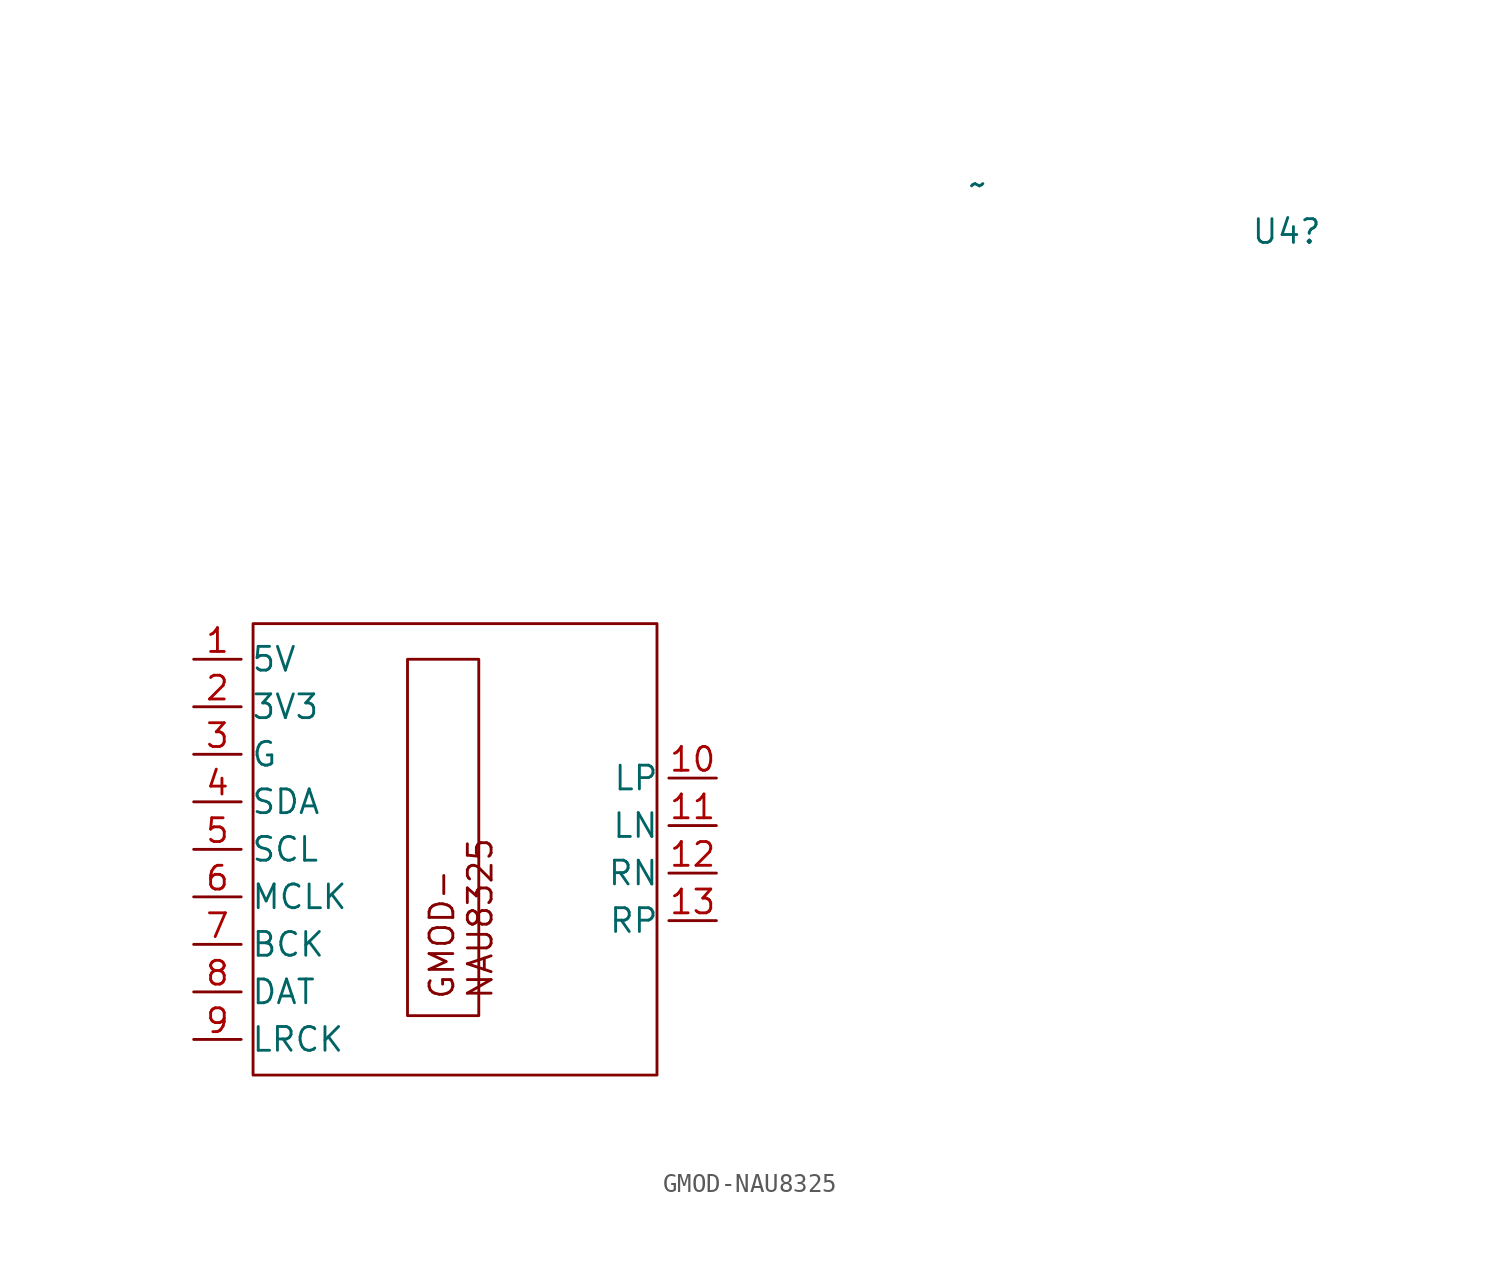
<source format=kicad_sym>
(kicad_symbol_lib
  (version 20241209)
  (generator "kicad_symbol_editor")
  (generator_version "9.0")
  (symbol "GMOD-NAU8325"
    (property "Reference" "U4"
      (at 44.45 33.02 0)
      (effects (font (size 1.27 1.27))))
    (property "Value" "~"
      (at 27.94 35.56 0)
      (effects (font (size 1.27 1.27))))
    (symbol "GMOD-NAU8325_0_1"
      (rectangle (start -10.795 12.065) (end 10.795 -12.065) (stroke (width 0) (type default)) (fill (type none))))
    (symbol "GMOD-NAU8325_1_1"
      (text_box "GMOD- NAU8325\n" (at -2.54 10.16 90) (size 3.81 -19.05) (margins 1.1 1.778 0.3 0.8) (stroke (width 0) (type solid)) (fill (type none)) (effects (font (size 1.27 1.27)) (justify left top)))
      (pin power_in line (at -13.97 10.16 0) (length 2.54) (name "5V" (effects (font (size 1.27 1.27)))) (number "1" (effects (font (size 1.27 1.27)))))
      (pin power_in line (at -13.97 7.62 0) (length 2.54) (name "3V3" (effects (font (size 1.27 1.27)))) (number "2" (effects (font (size 1.27 1.27)))))
      (pin bidirectional line (at -13.97 5.08 0) (length 2.54) (name "G" (effects (font (size 1.27 1.27)))) (number "3" (effects (font (size 1.27 1.27)))))
      (pin bidirectional line (at -13.97 2.54 0) (length 2.54) (name "SDA" (effects (font (size 1.27 1.27)))) (number "4" (effects (font (size 1.27 1.27)))))
      (pin bidirectional line (at -13.97 0 0) (length 2.54) (name "SCL" (effects (font (size 1.27 1.27)))) (number "5" (effects (font (size 1.27 1.27)))))
      (pin bidirectional line (at -13.97 -2.54 0) (length 2.54) (name "MCLK" (effects (font (size 1.27 1.27)))) (number "6" (effects (font (size 1.27 1.27)))))
      (pin bidirectional line (at -13.97 -5.08 0) (length 2.54) (name "BCK" (effects (font (size 1.27 1.27)))) (number "7" (effects (font (size 1.27 1.27)))))
      (pin bidirectional line (at -13.97 -7.62 0) (length 2.54) (name "DAT" (effects (font (size 1.27 1.27)))) (number "8" (effects (font (size 1.27 1.27)))))
      (pin bidirectional line (at -13.97 -10.16 0) (length 2.54) (name "LRCK" (effects (font (size 1.27 1.27)))) (number "9" (effects (font (size 1.27 1.27)))))
      (pin bidirectional line (at 13.97 3.81 180) (length 2.54) (name "LP" (effects (font (size 1.27 1.27)))) (number "10" (effects (font (size 1.27 1.27)))))
      (pin bidirectional line (at 13.97 1.27 180) (length 2.54) (name "LN" (effects (font (size 1.27 1.27)))) (number "11" (effects (font (size 1.27 1.27)))))
      (pin bidirectional line (at 13.97 -1.27 180) (length 2.54) (name "RN" (effects (font (size 1.27 1.27)))) (number "12" (effects (font (size 1.27 1.27)))))
      (pin bidirectional line (at 13.97 -3.81 180) (length 2.54) (name "RP" (effects (font (size 1.27 1.27)))) (number "13" (effects (font (size 1.27 1.27))))))))
</source>
